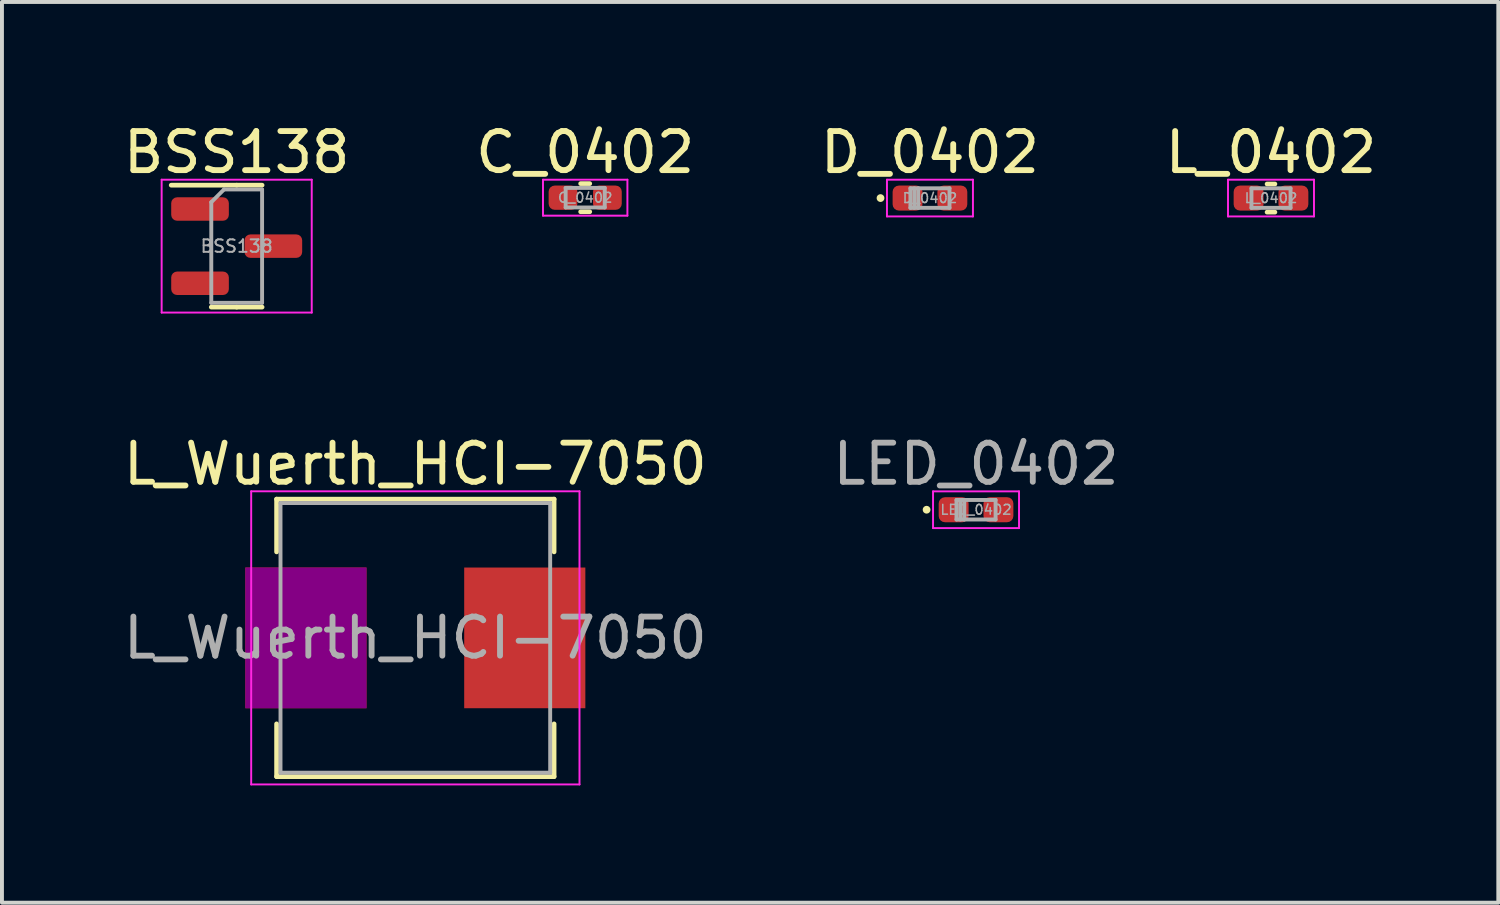
<source format=kicad_pcb>
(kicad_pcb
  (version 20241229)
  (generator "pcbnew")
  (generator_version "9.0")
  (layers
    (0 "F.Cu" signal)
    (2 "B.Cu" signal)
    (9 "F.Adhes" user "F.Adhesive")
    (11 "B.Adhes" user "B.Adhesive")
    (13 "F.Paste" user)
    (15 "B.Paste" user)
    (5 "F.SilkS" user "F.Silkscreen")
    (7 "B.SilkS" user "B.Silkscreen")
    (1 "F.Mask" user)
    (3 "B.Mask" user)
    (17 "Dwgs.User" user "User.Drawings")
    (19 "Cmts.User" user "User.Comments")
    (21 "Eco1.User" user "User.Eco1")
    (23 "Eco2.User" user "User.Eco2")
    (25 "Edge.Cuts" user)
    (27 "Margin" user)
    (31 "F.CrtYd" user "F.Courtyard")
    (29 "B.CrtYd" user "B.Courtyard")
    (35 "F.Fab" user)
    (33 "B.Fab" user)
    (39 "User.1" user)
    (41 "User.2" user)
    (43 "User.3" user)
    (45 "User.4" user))
  (footprint "BSS138"
    (layer "F.Cu")
    (at 3.006 3.248)
    (property "Reference" "BSS138" (at 0 -2.4 0) (layer "F.SilkS") (effects (font (size 1 1) (thickness 0.15))))
    (attr smd)
    (fp_line (start 0 -1.56) (end -1.675 -1.56) (stroke (width 0.12) (type solid)) (layer "F.SilkS"))
    (fp_line (start 0 -1.56) (end 0.65 -1.56) (stroke (width 0.12) (type solid)) (layer "F.SilkS"))
    (fp_line (start 0 1.56) (end -0.65 1.56) (stroke (width 0.12) (type solid)) (layer "F.SilkS"))
    (fp_line (start 0 1.56) (end 0.65 1.56) (stroke (width 0.12) (type solid)) (layer "F.SilkS"))
    (fp_line (start -1.92 -1.7) (end -1.92 1.7) (stroke (width 0.05) (type solid)) (layer "F.CrtYd"))
    (fp_line (start -1.92 1.7) (end 1.92 1.7) (stroke (width 0.05) (type solid)) (layer "F.CrtYd"))
    (fp_line (start 1.92 -1.7) (end -1.92 -1.7) (stroke (width 0.05) (type solid)) (layer "F.CrtYd"))
    (fp_line (start 1.92 1.7) (end 1.92 -1.7) (stroke (width 0.05) (type solid)) (layer "F.CrtYd"))
    (fp_line (start -0.65 -1.125) (end -0.325 -1.45) (stroke (width 0.1) (type solid)) (layer "F.Fab"))
    (fp_line (start -0.65 1.45) (end -0.65 -1.125) (stroke (width 0.1) (type solid)) (layer "F.Fab"))
    (fp_line (start -0.325 -1.45) (end 0.65 -1.45) (stroke (width 0.1) (type solid)) (layer "F.Fab"))
    (fp_line (start 0.65 -1.45) (end 0.65 1.45) (stroke (width 0.1) (type solid)) (layer "F.Fab"))
    (fp_line (start 0.65 1.45) (end -0.65 1.45) (stroke (width 0.1) (type solid)) (layer "F.Fab"))
    (fp_text user "${REFERENCE}" (at 0 0 0) (layer "F.Fab") (effects (font (size 0.32 0.32) (thickness 0.05))))
    (pad "1" smd roundrect (at -0.938 -0.95) (size 1.475 0.6) (layers "F.Cu" "F.Mask" "F.Paste") (roundrect_rratio 0.25))
    (pad "2" smd roundrect (at -0.938 0.95) (size 1.475 0.6) (layers "F.Cu" "F.Mask" "F.Paste") (roundrect_rratio 0.25))
    (pad "3" smd roundrect (at 0.938 0) (size 1.475 0.6) (layers "F.Cu" "F.Mask" "F.Paste") (roundrect_rratio 0.25)))
  (footprint "LED_0402"
    (layer "F.Cu")
    (at 21.923 9.992)
    (property "Reference" "LED_0402" (at 0 -1.17 0) (layer "F.Fab") (effects (font (size 1 1) (thickness 0.15))))
    (attr smd)
    (fp_circle (center -1.265 0) (end -1.215 0) (stroke (width 0.1) (type solid)) (fill no) (layer "F.SilkS"))
    (fp_line (start -1.1 -0.47) (end 1.1 -0.47) (stroke (width 0.05) (type solid)) (layer "F.CrtYd"))
    (fp_line (start -1.1 0.47) (end -1.1 -0.47) (stroke (width 0.05) (type solid)) (layer "F.CrtYd"))
    (fp_line (start 1.1 -0.47) (end 1.1 0.47) (stroke (width 0.05) (type solid)) (layer "F.CrtYd"))
    (fp_line (start 1.1 0.47) (end -1.1 0.47) (stroke (width 0.05) (type solid)) (layer "F.CrtYd"))
    (fp_line (start -0.5 -0.25) (end 0.5 -0.25) (stroke (width 0.1) (type solid)) (layer "F.Fab"))
    (fp_line (start -0.5 0.25) (end -0.5 -0.25) (stroke (width 0.1) (type solid)) (layer "F.Fab"))
    (fp_line (start -0.4 0.25) (end -0.4 -0.25) (stroke (width 0.1) (type solid)) (layer "F.Fab"))
    (fp_line (start -0.3 0.25) (end -0.3 -0.25) (stroke (width 0.1) (type solid)) (layer "F.Fab"))
    (fp_line (start 0.5 -0.25) (end 0.5 0.25) (stroke (width 0.1) (type solid)) (layer "F.Fab"))
    (fp_line (start 0.5 0.25) (end -0.5 0.25) (stroke (width 0.1) (type solid)) (layer "F.Fab"))
    (fp_text user "${REFERENCE}" (at 0 0 0) (layer "F.Fab") (effects (font (size 0.25 0.25) (thickness 0.04))))
    (pad "1" smd roundrect (at -0.573 0) (size 0.765 0.64) (layers "F.Cu" "F.Mask" "F.Paste") (roundrect_rratio 0.25))
    (pad "2" smd roundrect (at 0.573 0) (size 0.765 0.64) (layers "F.Cu" "F.Mask" "F.Paste") (roundrect_rratio 0.25)))
  (footprint "L_Wuerth_HCI-7050"
    (layer "F.Cu")
    (at 7.577 13.271)
    (property "Reference" "L_Wuerth_HCI-7050" (at 0 -4.45 0) (layer "F.SilkS") (effects (font (size 1 1) (thickness 0.15))))
    (attr smd)
    (fp_line (start -3.55 -3.55) (end 3.55 -3.55) (stroke (width 0.12) (type solid)) (layer "F.SilkS"))
    (fp_line (start -3.55 -2.2) (end -3.55 -3.55) (stroke (width 0.12) (type solid)) (layer "F.SilkS"))
    (fp_line (start -3.55 2.2) (end -3.55 3.55) (stroke (width 0.12) (type solid)) (layer "F.SilkS"))
    (fp_line (start -3.55 3.55) (end 3.55 3.55) (stroke (width 0.12) (type solid)) (layer "F.SilkS"))
    (fp_line (start 3.55 -3.55) (end 3.55 -2.2) (stroke (width 0.12) (type solid)) (layer "F.SilkS"))
    (fp_line (start 3.55 3.55) (end 3.55 2.2) (stroke (width 0.12) (type solid)) (layer "F.SilkS"))
    (fp_line (start -4.2 -3.75) (end -4.2 3.75) (stroke (width 0.05) (type solid)) (layer "F.CrtYd"))
    (fp_line (start -4.2 3.75) (end 4.2 3.75) (stroke (width 0.05) (type solid)) (layer "F.CrtYd"))
    (fp_line (start 4.2 -3.75) (end -4.2 -3.75) (stroke (width 0.05) (type solid)) (layer "F.CrtYd"))
    (fp_line (start 4.2 3.75) (end 4.2 -3.75) (stroke (width 0.05) (type solid)) (layer "F.CrtYd"))
    (fp_line (start -3.45 -3.45) (end -3.45 3.45) (stroke (width 0.1) (type solid)) (layer "F.Fab"))
    (fp_line (start -3.45 3.45) (end 3.45 3.45) (stroke (width 0.1) (type solid)) (layer "F.Fab"))
    (fp_line (start 3.45 -3.45) (end -3.45 -3.45) (stroke (width 0.1) (type solid)) (layer "F.Fab"))
    (fp_line (start 3.45 3.45) (end 3.45 -3.45) (stroke (width 0.1) (type solid)) (layer "F.Fab"))
    (fp_text user "${REFERENCE}" (at 0 0 0) (layer "F.Fab") (effects (font (size 1 1) (thickness 0.15))))
    (pad "1" smd rect (at -2.8 0) (size 3.1 3.6) (layers "F.Cu" "F.Mask" "F.Adhes" "F.Paste"))
    (pad "2" smd rect (at 2.8 0) (size 3.1 3.6) (layers "F.Cu" "F.Mask" "F.Paste")))
  (footprint "C_0402"
    (layer "F.Cu")
    (at 11.923 2.008)
    (property "Reference" "C_0402" (at 0 -1.16 0) (layer "F.SilkS") (effects (font (size 1 1) (thickness 0.15))))
    (attr smd)
    (fp_line (start -0.116 -0.36) (end 0.116 -0.36) (stroke (width 0.12) (type solid)) (layer "F.SilkS"))
    (fp_line (start -0.116 0.36) (end 0.116 0.36) (stroke (width 0.12) (type solid)) (layer "F.SilkS"))
    (fp_line (start -1.08 -0.46) (end 1.08 -0.46) (stroke (width 0.05) (type solid)) (layer "F.CrtYd"))
    (fp_line (start -1.08 0.46) (end -1.08 -0.46) (stroke (width 0.05) (type solid)) (layer "F.CrtYd"))
    (fp_line (start 1.08 -0.46) (end 1.08 0.46) (stroke (width 0.05) (type solid)) (layer "F.CrtYd"))
    (fp_line (start 1.08 0.46) (end -1.08 0.46) (stroke (width 0.05) (type solid)) (layer "F.CrtYd"))
    (fp_line (start -0.5 -0.25) (end 0.5 -0.25) (stroke (width 0.1) (type solid)) (layer "F.Fab"))
    (fp_line (start -0.5 0.25) (end -0.5 -0.25) (stroke (width 0.1) (type solid)) (layer "F.Fab"))
    (fp_line (start 0.5 -0.25) (end 0.5 0.25) (stroke (width 0.1) (type solid)) (layer "F.Fab"))
    (fp_line (start 0.5 0.25) (end -0.5 0.25) (stroke (width 0.1) (type solid)) (layer "F.Fab"))
    (fp_text user "${REFERENCE}" (at 0 0 0) (layer "F.Fab") (effects (font (size 0.25 0.25) (thickness 0.04))))
    (pad "1" smd roundrect (at -0.568 0) (size 0.735 0.62) (layers "F.Cu" "F.Mask" "F.Paste") (roundrect_rratio 0.25))
    (pad "2" smd roundrect (at 0.568 0) (size 0.735 0.62) (layers "F.Cu" "F.Mask" "F.Paste") (roundrect_rratio 0.25)))
  (footprint "L_0402"
    (layer "F.Cu")
    (at 29.47 2.018)
    (property "Reference" "L_0402" (at 0 -1.17 0) (layer "F.SilkS") (effects (font (size 1 1) (thickness 0.15))))
    (attr smd)
    (fp_line (start -0.1 -0.36) (end 0.1 -0.36) (stroke (width 0.12) (type solid)) (layer "F.SilkS"))
    (fp_line (start -0.1 0.36) (end 0.1 0.36) (stroke (width 0.12) (type solid)) (layer "F.SilkS"))
    (fp_line (start -1.1 -0.47) (end 1.1 -0.47) (stroke (width 0.05) (type solid)) (layer "F.CrtYd"))
    (fp_line (start -1.1 0.47) (end -1.1 -0.47) (stroke (width 0.05) (type solid)) (layer "F.CrtYd"))
    (fp_line (start 1.1 -0.47) (end 1.1 0.47) (stroke (width 0.05) (type solid)) (layer "F.CrtYd"))
    (fp_line (start 1.1 0.47) (end -1.1 0.47) (stroke (width 0.05) (type solid)) (layer "F.CrtYd"))
    (fp_line (start -0.5 -0.25) (end 0.5 -0.25) (stroke (width 0.1) (type solid)) (layer "F.Fab"))
    (fp_line (start -0.5 0.25) (end -0.5 -0.25) (stroke (width 0.1) (type solid)) (layer "F.Fab"))
    (fp_line (start 0.5 -0.25) (end 0.5 0.25) (stroke (width 0.1) (type solid)) (layer "F.Fab"))
    (fp_line (start 0.5 0.25) (end -0.5 0.25) (stroke (width 0.1) (type solid)) (layer "F.Fab"))
    (fp_text user "${REFERENCE}" (at 0 0 0) (layer "F.Fab") (effects (font (size 0.25 0.25) (thickness 0.04))))
    (pad "1" smd roundrect (at -0.573 0) (size 0.765 0.64) (layers "F.Cu" "F.Mask" "F.Paste") (roundrect_rratio 0.25))
    (pad "2" smd roundrect (at 0.573 0) (size 0.765 0.64) (layers "F.Cu" "F.Mask" "F.Paste") (roundrect_rratio 0.25)))
  (footprint "D_0402"
    (layer "F.Cu")
    (at 20.744 2.018)
    (property "Reference" "D_0402" (at 0 -1.17 0) (layer "F.SilkS") (effects (font (size 1 1) (thickness 0.15))))
    (attr smd)
    (fp_circle (center -1.265 0) (end -1.215 0) (stroke (width 0.1) (type solid)) (fill no) (layer "F.SilkS"))
    (fp_line (start -1.1 -0.47) (end 1.1 -0.47) (stroke (width 0.05) (type solid)) (layer "F.CrtYd"))
    (fp_line (start -1.1 0.47) (end -1.1 -0.47) (stroke (width 0.05) (type solid)) (layer "F.CrtYd"))
    (fp_line (start 1.1 -0.47) (end 1.1 0.47) (stroke (width 0.05) (type solid)) (layer "F.CrtYd"))
    (fp_line (start 1.1 0.47) (end -1.1 0.47) (stroke (width 0.05) (type solid)) (layer "F.CrtYd"))
    (fp_line (start -0.5 -0.25) (end 0.5 -0.25) (stroke (width 0.1) (type solid)) (layer "F.Fab"))
    (fp_line (start -0.5 0.25) (end -0.5 -0.25) (stroke (width 0.1) (type solid)) (layer "F.Fab"))
    (fp_line (start -0.4 0.25) (end -0.4 -0.25) (stroke (width 0.1) (type solid)) (layer "F.Fab"))
    (fp_line (start -0.3 0.25) (end -0.3 -0.25) (stroke (width 0.1) (type solid)) (layer "F.Fab"))
    (fp_line (start 0.5 -0.25) (end 0.5 0.25) (stroke (width 0.1) (type solid)) (layer "F.Fab"))
    (fp_line (start 0.5 0.25) (end -0.5 0.25) (stroke (width 0.1) (type solid)) (layer "F.Fab"))
    (fp_text user "${REFERENCE}" (at 0 0 0) (layer "F.Fab") (effects (font (size 0.25 0.25) (thickness 0.04))))
    (pad "1" smd roundrect (at -0.573 0) (size 0.765 0.64) (layers "F.Cu" "F.Mask" "F.Paste") (roundrect_rratio 0.25))
    (pad "2" smd roundrect (at 0.573 0) (size 0.765 0.64) (layers "F.Cu" "F.Mask" "F.Paste") (roundrect_rratio 0.25)))
  (gr_rect
    (start -3 -3)
    (end 35.286 20.047)
    (stroke (width 0.1) (type default))
    (fill no)
    (layer "Edge.Cuts")))
</source>
